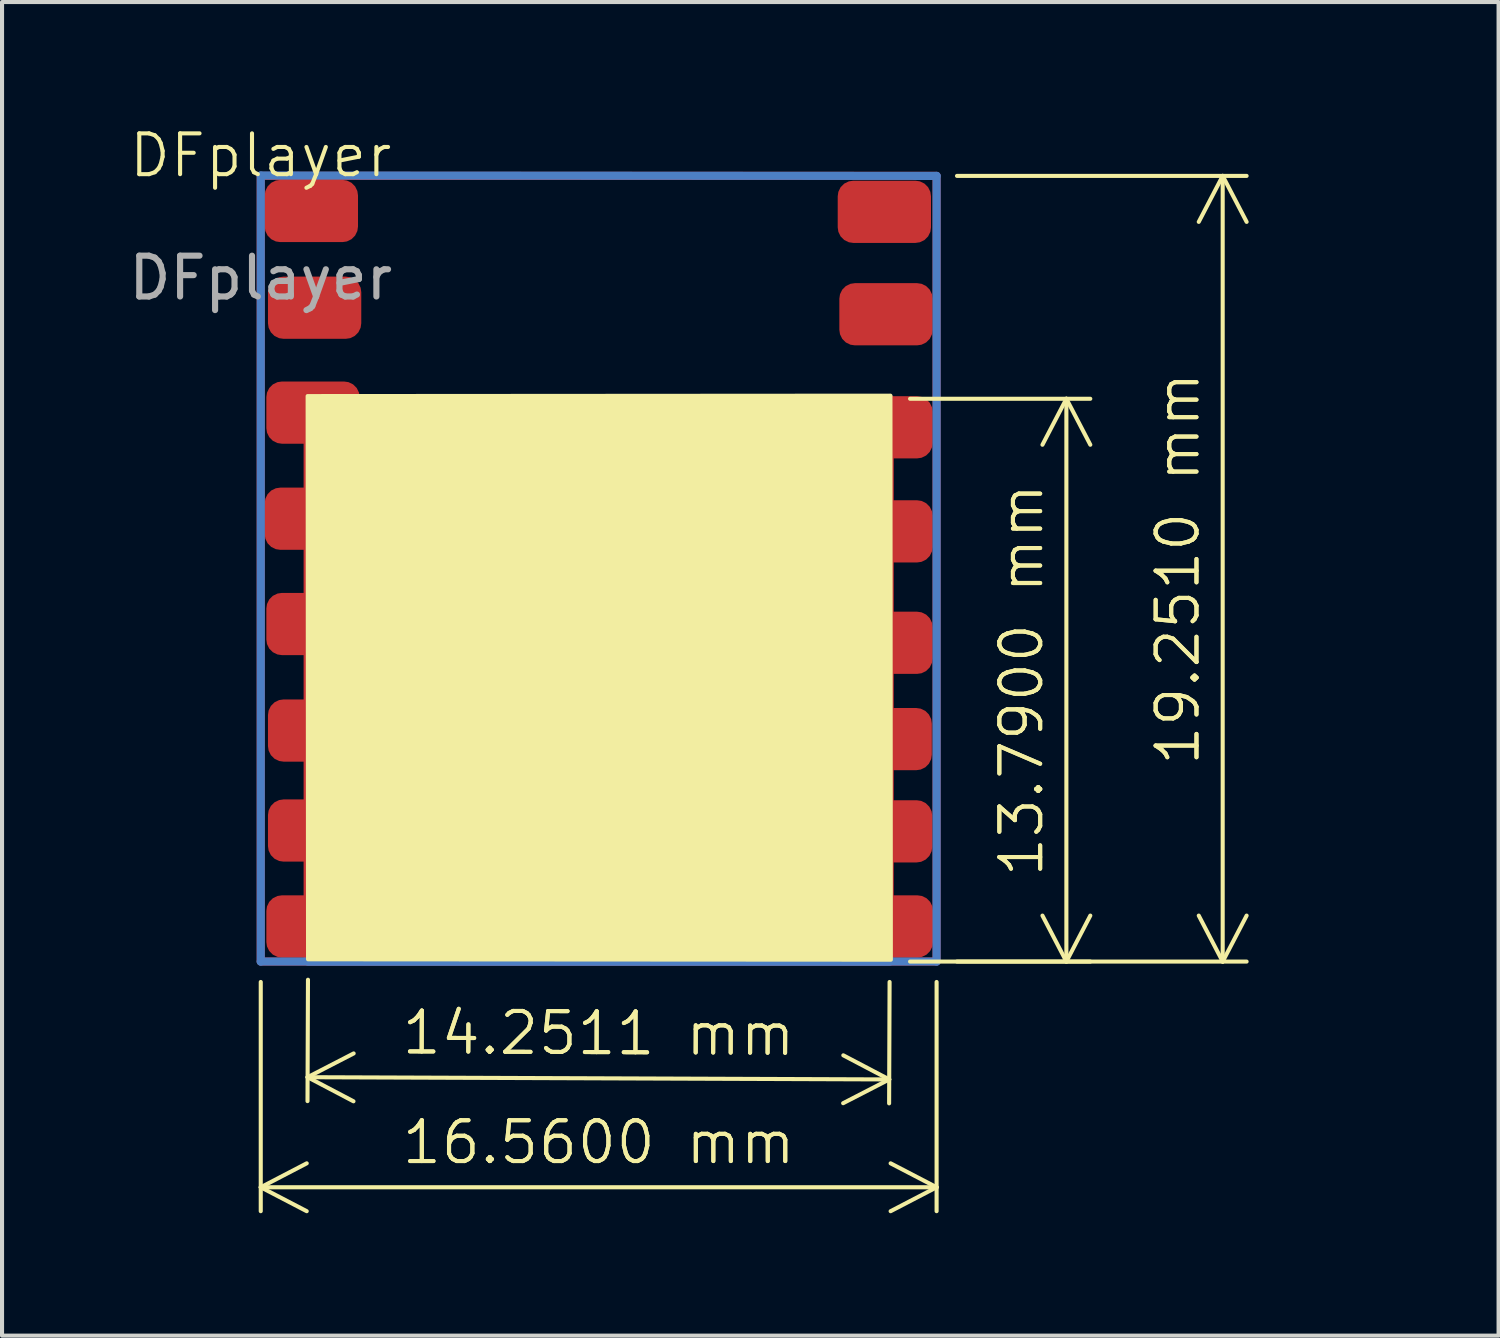
<source format=kicad_pcb>
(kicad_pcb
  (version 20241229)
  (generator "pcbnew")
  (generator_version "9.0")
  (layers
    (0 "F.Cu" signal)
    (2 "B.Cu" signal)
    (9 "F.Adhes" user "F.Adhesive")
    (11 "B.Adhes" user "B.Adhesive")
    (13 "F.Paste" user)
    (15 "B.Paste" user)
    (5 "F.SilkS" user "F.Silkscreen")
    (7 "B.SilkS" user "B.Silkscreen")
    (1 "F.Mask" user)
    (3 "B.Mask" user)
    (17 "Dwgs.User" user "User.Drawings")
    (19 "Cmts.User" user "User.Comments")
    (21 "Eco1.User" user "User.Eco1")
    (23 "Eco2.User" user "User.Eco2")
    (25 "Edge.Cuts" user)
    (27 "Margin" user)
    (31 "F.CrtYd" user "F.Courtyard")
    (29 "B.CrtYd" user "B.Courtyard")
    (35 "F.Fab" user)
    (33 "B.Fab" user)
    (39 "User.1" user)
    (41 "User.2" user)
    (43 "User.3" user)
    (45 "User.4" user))
  (footprint "DFplayer"
    (layer "F.Cu")
    (at 3.339 1.26)
    (property "Reference" "DFplayer" (at 0 -0.5 0) (unlocked yes) (layer "F.SilkS") (effects (font (size 1 1) (thickness 0.1))))
    (attr smd)
    (fp_rect (start 0 19.25) (end 16.56 0) (stroke (width 0.2) (type default)) (fill no) (layer "F.Cu"))
    (fp_rect (start 1.15 19.25) (end 15.41 5.46) (stroke (width 0.2) (type default)) (fill no) (layer "F.Cu"))
    (fp_line (start 0 -0.01) (end 16.56 0) (stroke (width 0.2) (type default)) (layer "B.Cu"))
    (fp_line (start 0 19.25) (end 0 -0.01) (stroke (width 0.2) (type default)) (layer "B.Cu"))
    (fp_line (start 15.41 19.25) (end 1.16 19.25) (stroke (width 0.2) (type default)) (layer "B.Cu"))
    (fp_line (start 16.56 0) (end 16.56 19.25) (stroke (width 0.2) (type default)) (layer "B.Cu"))
    (fp_line (start 16.56 19.25) (end 0 19.25) (stroke (width 0.2) (type default)) (layer "B.Cu"))
    (fp_poly (pts (xy 1.149 5.395) (xy 15.429 5.385) (xy 15.439 19.205) (xy 1.159 19.195)) (stroke (width 0.1) (type solid)) (fill yes) (layer "F.SilkS"))
    (fp_text user "${REFERENCE}" (at 0 2.5 0) (unlocked yes) (layer "F.Fab") (effects (font (size 1 1) (thickness 0.15))))
    (dimension (type aligned) (layer "F.SilkS") (pts (xy 18.749 20.511) (xy 18.749 6.721)) (height 4.33) (format (prefix "") (suffix "") (units 3) (units_format 1) (precision 4)) (style (thickness 0.1) (arrow_length 1.27) (text_position_mode 0) (arrow_direction outward) (extension_height 0.586) (extension_offset 0.5) (keep_text_aligned yes)) (gr_text "13.7900 mm" (at 21.979 13.616 90) (layer "F.SilkS") (effects (font (size 1 1) (thickness 0.1)))))
    (dimension (type aligned) (layer "F.SilkS") (pts (xy 3.339 20.511) (xy 19.899 20.511)) (height 5.53) (format (prefix "") (suffix "") (units 3) (units_format 1) (precision 4)) (style (thickness 0.1) (arrow_length 1.27) (text_position_mode 0) (arrow_direction outward) (extension_height 0.586) (extension_offset 0.5) (keep_text_aligned yes)) (gr_text "16.5600 mm" (at 11.619 24.941 0) (layer "F.SilkS") (effects (font (size 1 1) (thickness 0.1)))))
    (dimension (type aligned) (layer "F.SilkS") (pts (xy 19.899 1.26) (xy 19.899 20.511)) (height -7.01) (format (prefix "") (suffix "") (units 3) (units_format 1) (precision 4)) (style (thickness 0.1) (arrow_length 1.27) (text_position_mode 0) (arrow_direction outward) (extension_height 0.586) (extension_offset 0.5) (keep_text_aligned yes)) (gr_text "19.2500 mm" (at 25.809 10.886 90) (layer "F.SilkS") (effects (font (size 1 1) (thickness 0.1)))))
    (dimension (type aligned) (layer "F.SilkS") (pts (xy 4.498 20.456) (xy 18.749 20.511)) (height 2.888) (format (prefix "") (suffix "") (units 3) (units_format 1) (precision 4)) (style (thickness 0.1) (arrow_length 1.27) (text_position_mode 0) (arrow_direction outward) (extension_height 0.586) (extension_offset 0.5) (keep_text_aligned yes)) (gr_text "14.2512 mm" (at 11.617 22.271 359.78) (layer "F.SilkS") (effects (font (size 1 1) (thickness 0.1)))))
    (pad "1" smd roundrect (at 1.24 0.86) (size 2.286 1.524) (layers "F.Cu" "F.Mask" "F.Paste") (roundrect_rratio 0.25))
    (pad "2" smd roundrect (at 1.32 3.23) (size 2.286 1.524) (layers "F.Cu" "F.Mask" "F.Paste") (roundrect_rratio 0.25))
    (pad "3" smd roundrect (at 1.28 5.8) (size 2.286 1.524) (layers "F.Cu" "F.Mask" "F.Paste") (roundrect_rratio 0.25))
    (pad "4" smd roundrect (at 1.24 8.4) (size 2.286 1.524) (layers "F.Cu" "F.Mask" "F.Paste") (roundrect_rratio 0.25))
    (pad "5" smd roundrect (at 1.28 10.98) (size 2.286 1.524) (layers "F.Cu" "F.Mask" "F.Paste") (roundrect_rratio 0.25))
    (pad "6" smd roundrect (at 1.32 13.59) (size 2.286 1.524) (layers "F.Cu" "F.Mask" "F.Paste") (roundrect_rratio 0.25))
    (pad "7" smd roundrect (at 1.32 16.04) (size 2.286 1.524) (layers "F.Cu" "F.Mask" "F.Paste") (roundrect_rratio 0.25))
    (pad "8" smd roundrect (at 1.28 18.39) (size 2.286 1.524) (layers "F.Cu" "F.Mask" "F.Paste") (roundrect_rratio 0.25))
    (pad "9" smd roundrect (at 15.33 18.39) (size 2.286 1.524) (layers "F.Cu" "F.Mask" "F.Paste") (roundrect_rratio 0.25))
    (pad "10" smd roundrect (at 15.31 16.06) (size 2.286 1.524) (layers "F.Cu" "F.Mask" "F.Paste") (roundrect_rratio 0.25))
    (pad "11" smd roundrect (at 15.3 13.8) (size 2.286 1.524) (layers "F.Cu" "F.Mask" "F.Paste") (roundrect_rratio 0.25))
    (pad "12" smd roundrect (at 15.32 11.44) (size 2.286 1.524) (layers "F.Cu" "F.Mask" "F.Paste") (roundrect_rratio 0.25))
    (pad "13" smd roundrect (at 15.32 8.71) (size 2.286 1.524) (layers "F.Cu" "F.Mask" "F.Paste") (roundrect_rratio 0.25))
    (pad "14" smd roundrect (at 15.32 6.16) (size 2.286 1.524) (layers "F.Cu" "F.Mask" "F.Paste") (roundrect_rratio 0.25))
    (pad "15" smd roundrect (at 15.32 3.39) (size 2.286 1.524) (layers "F.Cu" "F.Mask" "F.Paste") (roundrect_rratio 0.25))
    (pad "16" smd roundrect (at 15.28 0.88) (size 2.286 1.524) (layers "F.Cu" "F.Mask" "F.Paste") (roundrect_rratio 0.25)))
  (gr_rect
    (start -3 -3)
    (end 33.669 29.677)
    (stroke (width 0.1) (type default))
    (fill no)
    (layer "Edge.Cuts")))
</source>
